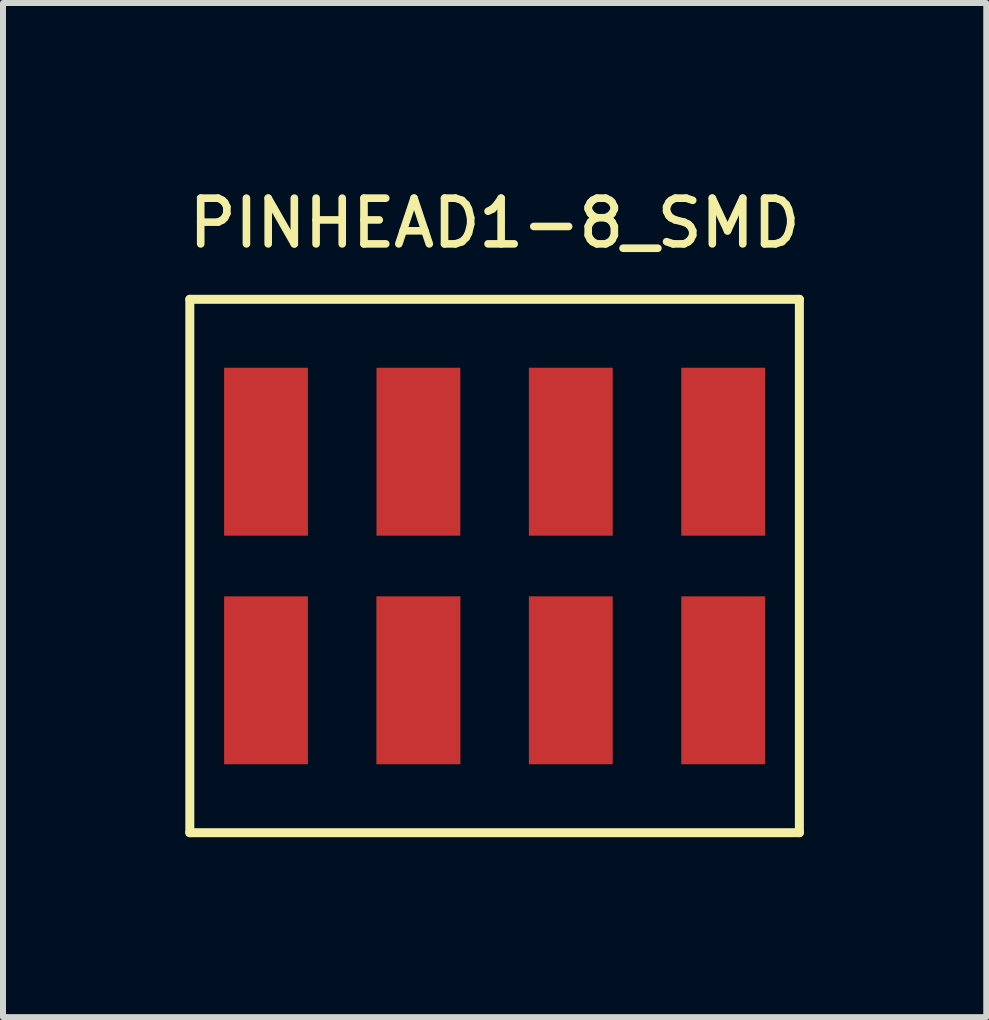
<source format=kicad_pcb>
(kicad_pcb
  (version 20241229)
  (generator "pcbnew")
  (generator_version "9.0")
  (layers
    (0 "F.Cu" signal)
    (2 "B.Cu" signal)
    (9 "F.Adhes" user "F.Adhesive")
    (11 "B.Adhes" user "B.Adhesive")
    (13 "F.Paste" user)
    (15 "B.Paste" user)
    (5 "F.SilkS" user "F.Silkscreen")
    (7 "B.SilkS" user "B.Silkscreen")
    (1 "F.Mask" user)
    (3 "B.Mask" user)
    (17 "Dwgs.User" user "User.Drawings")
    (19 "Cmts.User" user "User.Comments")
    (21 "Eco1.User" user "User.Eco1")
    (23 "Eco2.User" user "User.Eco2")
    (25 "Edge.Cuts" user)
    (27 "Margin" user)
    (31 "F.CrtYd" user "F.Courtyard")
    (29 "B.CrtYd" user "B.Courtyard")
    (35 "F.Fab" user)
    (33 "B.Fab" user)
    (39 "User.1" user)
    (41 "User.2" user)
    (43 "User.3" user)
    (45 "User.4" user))
  (footprint "PINHEAD1-8_SMD"
    (layer "F.Cu")
    (at 5.194 8.289)
    (property "Reference" "PINHEAD1-8_SMD" (at 0 -7.62 0) (layer "F.SilkS") (effects (font (size 0.762 0.762) (thickness 0.127))))
    (attr through_hole)
    (fp_line (start -5.08 -6.35) (end 5.08 -6.35) (stroke (width 0.15) (type solid)) (layer "F.SilkS"))
    (fp_line (start -5.08 2.54) (end -5.08 -6.35) (stroke (width 0.15) (type solid)) (layer "F.SilkS"))
    (fp_line (start 5.08 -6.35) (end 5.08 2.54) (stroke (width 0.15) (type solid)) (layer "F.SilkS"))
    (fp_line (start 5.08 2.54) (end -5.08 2.54) (stroke (width 0.15) (type solid)) (layer "F.SilkS"))
    (pad "1" smd rect (at -3.81 0) (size 1.397 2.799) (layers "F.Cu" "F.Mask" "F.Paste"))
    (pad "2" smd rect (at -3.81 -3.81) (size 1.397 2.799) (layers "F.Cu" "F.Mask" "F.Paste"))
    (pad "3" smd rect (at -1.27 0) (size 1.4 2.799) (layers "F.Cu" "F.Mask" "F.Paste"))
    (pad "4" smd rect (at -1.27 -3.81) (size 1.397 2.799) (layers "F.Cu" "F.Mask" "F.Paste"))
    (pad "5" smd rect (at 1.27 0) (size 1.397 2.799) (layers "F.Cu" "F.Mask" "F.Paste"))
    (pad "6" smd rect (at 1.27 -3.81) (size 1.397 2.799) (layers "F.Cu" "F.Mask" "F.Paste"))
    (pad "7" smd rect (at 3.81 0) (size 1.397 2.799) (layers "F.Cu" "F.Mask" "F.Paste"))
    (pad "8" smd rect (at 3.81 -3.81) (size 1.397 2.799) (layers "F.Cu" "F.Mask" "F.Paste")))
  (gr_rect
    (start -3 -3)
    (end 13.389 13.904)
    (stroke (width 0.1) (type default))
    (fill no)
    (layer "Edge.Cuts")))
</source>
